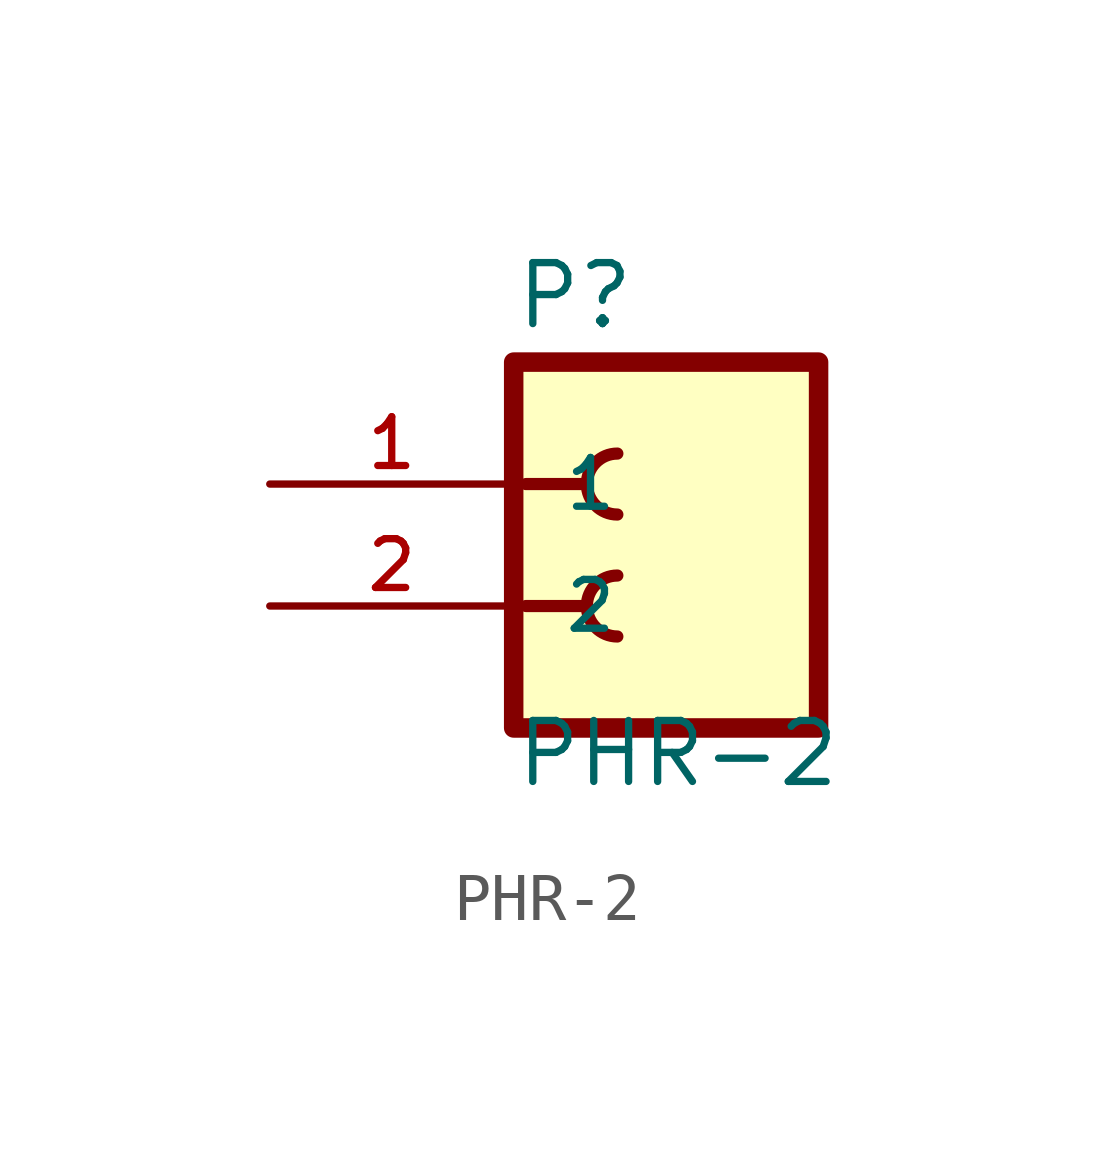
<source format=kicad_sym>
(kicad_symbol_lib
  (version 20211014)
  (generator kicad_symbol_editor)
  (symbol "PHR-2"
    (pin_names
      (offset 1.016))
    (property "Reference" "P"
      (at -4.068 4.449 0)
      (effects (font (size 1.27 1.27)) (justify bottom left)))
    (property "Value" "PHR-2"
      (at -4.069 -5.087 0)
      (effects (font (size 1.27 1.27)) (justify bottom left)))
    (symbol "PHR-2_0_0"
      (polyline (pts (xy -3.81 1.27) (xy -2.54 1.27)) (stroke (width 0.254)))
      (polyline (pts (xy -3.81 -1.27) (xy -2.54 -1.27)) (stroke (width 0.254)))
      (arc (start -1.905 1.905) (mid -2.54 1.27) (end -1.905 0.635) (stroke (width 0.254) (type default) (color 0 0 0 0)) (fill (type none)))
      (arc (start -1.905 -0.635) (mid -2.54 -1.27) (end -1.905 -1.905) (stroke (width 0.254) (type default) (color 0 0 0 0)) (fill (type none)))
      (rectangle (start -4.064 -3.81) (end 2.286 3.81) (stroke (width 0.406)) (fill (type background)))
      (pin passive line (at -9.144 1.27 0) (length 5.08) (name "1" (effects (font (size 1.016 1.016)))) (number "1" (effects (font (size 1.016 1.016)))))
      (pin passive line (at -9.144 -1.27 0) (length 5.08) (name "2" (effects (font (size 1.016 1.016)))) (number "2" (effects (font (size 1.016 1.016))))))))
</source>
